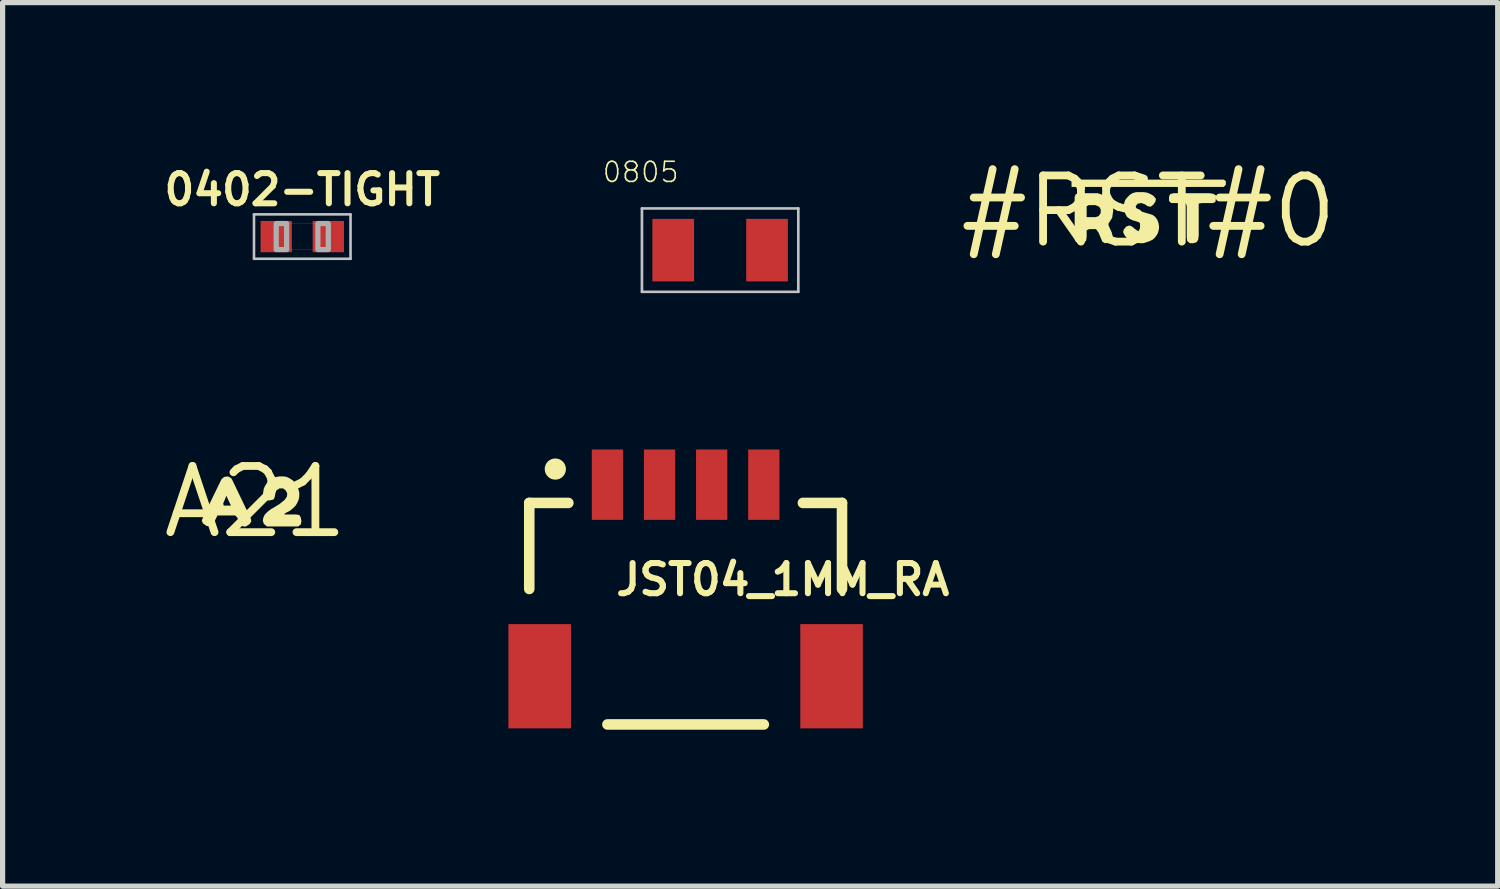
<source format=kicad_pcb>
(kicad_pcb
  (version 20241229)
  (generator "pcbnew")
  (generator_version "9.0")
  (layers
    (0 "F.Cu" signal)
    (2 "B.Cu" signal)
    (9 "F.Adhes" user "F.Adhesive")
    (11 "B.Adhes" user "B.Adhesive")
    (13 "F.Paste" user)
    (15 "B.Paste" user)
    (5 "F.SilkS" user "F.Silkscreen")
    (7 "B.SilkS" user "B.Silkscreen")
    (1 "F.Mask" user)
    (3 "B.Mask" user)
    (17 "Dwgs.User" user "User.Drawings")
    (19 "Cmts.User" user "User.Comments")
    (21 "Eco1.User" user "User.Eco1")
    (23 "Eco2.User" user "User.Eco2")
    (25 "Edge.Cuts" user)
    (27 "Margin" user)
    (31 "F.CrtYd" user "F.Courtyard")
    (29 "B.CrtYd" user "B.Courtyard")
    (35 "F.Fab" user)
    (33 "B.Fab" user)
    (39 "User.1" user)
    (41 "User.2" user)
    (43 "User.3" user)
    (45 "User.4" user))
  (footprint "0805"
    (layer "F.Cu")
    (at 10.766 1.749)
    (property "Reference" "0805" (at -1.524 -1.27 180) (layer "F.SilkS") (effects (font (size 0.386 0.386) (thickness 0.031)) (justify bottom)))
    (attr through_hole)
    (fp_line (start -1.5 -0.8) (end 1.5 -0.8) (stroke (width 0.051) (type solid)) (layer "Dwgs.User"))
    (fp_line (start -1.5 0.8) (end -1.5 -0.8) (stroke (width 0.051) (type solid)) (layer "Dwgs.User"))
    (fp_line (start 1.5 -0.8) (end 1.5 0.8) (stroke (width 0.051) (type solid)) (layer "Dwgs.User"))
    (fp_line (start 1.5 0.8) (end -1.5 0.8) (stroke (width 0.051) (type solid)) (layer "Dwgs.User"))
    (pad "1" smd rect (at -0.9 0) (size 0.8 1.2) (layers "F.Cu" "F.Mask" "F.Paste"))
    (pad "2" smd rect (at 0.9 0) (size 0.8 1.2) (layers "F.Cu" "F.Mask" "F.Paste")))
  (footprint "JST04_1MM_RA"
    (layer "F.Cu")
    (at 10.104 6.249)
    (property "Reference" "JST04_1MM_RA" (at -1.397 2.159 0) (layer "F.SilkS") (effects (font (size 0.579 0.579) (thickness 0.116)) (justify left bottom)))
    (attr through_hole)
    (fp_line (start -3 0.35) (end -2.25 0.35) (stroke (width 0.203) (type solid)) (layer "F.SilkS"))
    (fp_line (start -3 2) (end -3 0.35) (stroke (width 0.203) (type solid)) (layer "F.SilkS"))
    (fp_line (start -1.5 4.6) (end 1.5 4.6) (stroke (width 0.203) (type solid)) (layer "F.SilkS"))
    (fp_line (start 2.25 0.35) (end 3 0.35) (stroke (width 0.203) (type solid)) (layer "F.SilkS"))
    (fp_line (start 3 0.35) (end 3 2) (stroke (width 0.203) (type solid)) (layer "F.SilkS"))
    (fp_circle (center -2.5 -0.3) (end -2.398 -0.3) (stroke (width 0.203) (type solid)) (fill no) (layer "F.SilkS"))
    (pad "1" smd rect (at -1.5 0) (size 0.6 1.35) (layers "F.Cu" "F.Mask" "F.Paste"))
    (pad "2" smd rect (at -0.5 0) (size 0.6 1.35) (layers "F.Cu" "F.Mask" "F.Paste"))
    (pad "3" smd rect (at 0.5 0) (size 0.6 1.35) (layers "F.Cu" "F.Mask" "F.Paste"))
    (pad "4" smd rect (at 1.5 0) (size 0.6 1.35) (layers "F.Cu" "F.Mask" "F.Paste"))
    (pad "NC1" smd rect (at 2.8 3.675) (size 1.2 2) (layers "F.Cu" "F.Mask" "F.Paste"))
    (pad "NC2" smd rect (at -2.8 3.675) (size 1.2 2) (layers "F.Cu" "F.Mask" "F.Paste")))
  (footprint "0402-TIGHT"
    (layer "F.Cu")
    (at 2.749 1.489)
    (property "Reference" "0402-TIGHT" (at 0 -0.562 0) (layer "F.SilkS") (effects (font (size 0.579 0.579) (thickness 0.116)) (justify bottom)))
    (attr through_hole)
    (fp_line (start -0.926 -0.426) (end -0.926 0.426) (stroke (width 0.05) (type solid)) (layer "Dwgs.User"))
    (fp_line (start -0.926 0.426) (end 0.926 0.426) (stroke (width 0.05) (type solid)) (layer "Dwgs.User"))
    (fp_line (start 0.926 -0.426) (end -0.926 -0.426) (stroke (width 0.05) (type solid)) (layer "Dwgs.User"))
    (fp_line (start 0.926 0.426) (end 0.926 -0.426) (stroke (width 0.05) (type solid)) (layer "Dwgs.User"))
    (fp_line (start -0.5 -0.25) (end 0.5 -0.25) (stroke (width 0.003) (type solid)) (layer "F.Fab"))
    (fp_line (start -0.5 0.25) (end -0.5 -0.25) (stroke (width 0.003) (type solid)) (layer "F.Fab"))
    (fp_line (start 0.5 -0.25) (end 0.5 0.25) (stroke (width 0.003) (type solid)) (layer "F.Fab"))
    (fp_line (start 0.5 0.25) (end -0.5 0.25) (stroke (width 0.003) (type solid)) (layer "F.Fab"))
    (fp_poly (pts (xy -0.5 0.25) (xy -0.3 0.25) (xy -0.3 -0.25) (xy -0.5 -0.25)) (stroke (width 0.1) (type solid)) (fill no) (layer "F.Fab"))
    (fp_poly (pts (xy 0.5 -0.25) (xy 0.3 -0.25) (xy 0.3 0.25) (xy 0.5 0.25)) (stroke (width 0.1) (type solid)) (fill no) (layer "F.Fab"))
    (pad "1" smd rect (at -0.5 0) (size 0.6 0.6) (layers "F.Cu" "F.Mask" "F.Paste"))
    (pad "2" smd rect (at 0.5 0) (size 0.6 0.6) (layers "F.Cu" "F.Mask" "F.Paste")))
  (footprint "#RST#0"
    (layer "F.Cu")
    (at 18.988 1.006)
    (property "Reference" "#RST#0" (at 0 0 0) (layer "F.SilkS") (effects (font (size 1.27 1.27) (thickness 0.15))))
    (attr through_hole)
    (fp_poly (pts (xy -1.48 -0.61) (xy -1.48 -0.47) (xy 1.44 -0.47) (xy 1.48 -0.51) (xy 1.48 -0.58) (xy 1.44 -0.61)) (stroke (width 0) (type solid)) (fill yes) (layer "F.SilkS"))
    (fp_poly (pts (xy 0.48 -0.35) (xy 0.41 -0.33) (xy 0.39 -0.28) (xy 0.39 -0.2) (xy 0.43 -0.16) (xy 0.5 -0.16) (xy 0.71 -0.16) (xy 0.73 -0.11) (xy 0.73 0.5) (xy 0.74 0.57) (xy 0.79 0.61) (xy 0.86 0.61) (xy 0.92 0.59) (xy 0.95 0.54) (xy 0.96 0.46) (xy 0.96 -0.15) (xy 1.02 -0.16) (xy 1.23 -0.16) (xy 1.28 -0.18) (xy 1.29 -0.25) (xy 1.29 -0.31) (xy 1.23 -0.34) (xy 1.16 -0.35)) (stroke (width 0) (type solid)) (fill yes) (layer "F.SilkS"))
    (fp_poly (pts (xy -0.71 0.4) (xy -0.77 0.27) (xy -0.77 0.23) (xy -0.73 0.17) (xy -0.7 0.12) (xy -0.69 0.05) (xy -0.68 -0.02) (xy -0.69 -0.09) (xy -0.72 -0.15) (xy -0.75 -0.21) (xy -0.8 -0.26) (xy -0.95 -0.09) (xy -0.92 -0.04) (xy -0.92 0.03) (xy -0.96 0.09) (xy -1.02 0.11) (xy -1.16 0.11) (xy -1.19 0.11) (xy -1.19 -0.1) (xy -1.15 -0.12) (xy -1.08 -0.12) (xy -1.02 -0.12) (xy -0.95 -0.09) (xy -0.8 -0.26) (xy -0.86 -0.3) (xy -0.92 -0.33) (xy -0.98 -0.35) (xy -1.05 -0.35) (xy -1.33 -0.35) (xy -1.4 -0.33) (xy -1.42 -0.28) (xy -1.42 -0.22) (xy -1.42 0.46) (xy -1.42 0.53) (xy -1.4 0.58) (xy -1.33 0.6) (xy -1.24 0.6) (xy -1.2 0.56) (xy -1.19 0.49) (xy -1.19 0.36) (xy -1.14 0.34) (xy -1.01 0.34) (xy -0.96 0.41) (xy -0.89 0.58) (xy -0.84 0.61) (xy -0.77 0.6) (xy -0.7 0.55) (xy -0.68 0.51) (xy -0.7 0.44)) (stroke (width 0) (type solid)) (fill yes) (layer "F.SilkS"))
    (fp_poly (pts (xy -0.46 0.46) (xy -0.42 0.51) (xy -0.36 0.55) (xy -0.31 0.58) (xy -0.24 0.6) (xy -0.17 0.61) (xy -0.1 0.61) (xy -0.04 0.59) (xy 0.02 0.57) (xy 0.08 0.54) (xy 0.13 0.49) (xy 0.17 0.43) (xy 0.19 0.37) (xy 0.2 0.3) (xy 0.19 0.23) (xy 0.17 0.17) (xy 0.13 0.11) (xy 0.08 0.07) (xy 0.02 0.05) (xy -0.05 0.03) (xy -0.18 -0.01) (xy -0.23 -0.04) (xy -0.25 -0.1) (xy -0.21 -0.15) (xy -0.14 -0.16) (xy -0.08 -0.14) (xy -0.02 -0.1) (xy 0.04 -0.09) (xy 0.09 -0.13) (xy 0.13 -0.19) (xy 0.14 -0.24) (xy 0.09 -0.3) (xy 0.04 -0.33) (xy -0.03 -0.36) (xy -0.1 -0.37) (xy -0.17 -0.37) (xy -0.24 -0.37) (xy -0.31 -0.35) (xy -0.36 -0.32) (xy -0.41 -0.27) (xy -0.45 -0.22) (xy -0.47 -0.16) (xy -0.48 -0.09) (xy -0.47 -0.02) (xy -0.45 0.04) (xy -0.42 0.1) (xy -0.37 0.14) (xy -0.31 0.17) (xy -0.24 0.19) (xy -0.18 0.21) (xy -0.11 0.23) (xy -0.05 0.26) (xy -0.04 0.32) (xy -0.06 0.37) (xy -0.13 0.39) (xy -0.2 0.38) (xy -0.26 0.34) (xy -0.32 0.29) (xy -0.37 0.27) (xy -0.43 0.29) (xy -0.48 0.35) (xy -0.49 0.4)) (stroke (width 0) (type solid)) (fill yes) (layer "F.SilkS")))
  (footprint "A21"
    (layer "F.Cu")
    (at 1.852 6.58)
    (property "Reference" "A21" (at 0 0 0) (layer "F.SilkS") (effects (font (size 1.27 1.27) (thickness 0.15))))
    (attr through_hole)
    (fp_poly (pts (xy -0.47 -0.46) (xy -0.53 -0.49) (xy -0.6 -0.48) (xy -0.65 -0.44) (xy -0.68 -0.38) (xy -1.01 0.3) (xy -1.03 0.36) (xy -1.01 0.41) (xy -0.94 0.46) (xy -0.88 0.47) (xy -0.82 0.44) (xy -0.79 0.38) (xy -0.73 0.26) (xy -0.39 0.26) (xy -0.47 0.07) (xy -0.61 0.07) (xy -0.62 0.03) (xy -0.57 -0.09) (xy -0.56 -0.12) (xy -0.5 0.01) (xy -0.47 0.07) (xy -0.39 0.26) (xy -0.35 0.3) (xy -0.29 0.43) (xy -0.24 0.47) (xy -0.18 0.47) (xy -0.11 0.42) (xy -0.08 0.37) (xy -0.09 0.32) (xy -0.45 -0.43)) (stroke (width 0) (type solid)) (fill yes) (layer "F.SilkS"))
    (fp_poly (pts (xy 0.77 0.24) (xy 0.56 0.24) (xy 0.55 0.23) (xy 0.6 0.2) (xy 0.66 0.17) (xy 0.72 0.12) (xy 0.77 0.07) (xy 0.8 0.02) (xy 0.83 -0.05) (xy 0.84 -0.11) (xy 0.84 -0.18) (xy 0.82 -0.25) (xy 0.8 -0.31) (xy 0.76 -0.36) (xy 0.72 -0.41) (xy 0.66 -0.45) (xy 0.6 -0.48) (xy 0.54 -0.49) (xy 0.46 -0.49) (xy 0.4 -0.48) (xy 0.33 -0.46) (xy 0.28 -0.43) (xy 0.23 -0.38) (xy 0.19 -0.32) (xy 0.16 -0.26) (xy 0.15 -0.2) (xy 0.14 -0.13) (xy 0.15 -0.07) (xy 0.19 -0.03) (xy 0.28 -0.03) (xy 0.35 -0.05) (xy 0.37 -0.1) (xy 0.38 -0.16) (xy 0.4 -0.22) (xy 0.46 -0.26) (xy 0.53 -0.26) (xy 0.58 -0.22) (xy 0.61 -0.16) (xy 0.6 -0.1) (xy 0.56 -0.04) (xy 0.51 0) (xy 0.46 0.04) (xy 0.28 0.15) (xy 0.23 0.19) (xy 0.18 0.24) (xy 0.15 0.3) (xy 0.14 0.36) (xy 0.16 0.42) (xy 0.22 0.47) (xy 0.28 0.47) (xy 0.75 0.47) (xy 0.82 0.47) (xy 0.87 0.43) (xy 0.88 0.37) (xy 0.87 0.3) (xy 0.84 0.25)) (stroke (width 0) (type solid)) (fill yes) (layer "F.SilkS")))
  (gr_rect
    (start -3 -3)
    (end 25.684 13.951)
    (stroke (width 0.1) (type default))
    (fill no)
    (layer "Edge.Cuts")))
</source>
